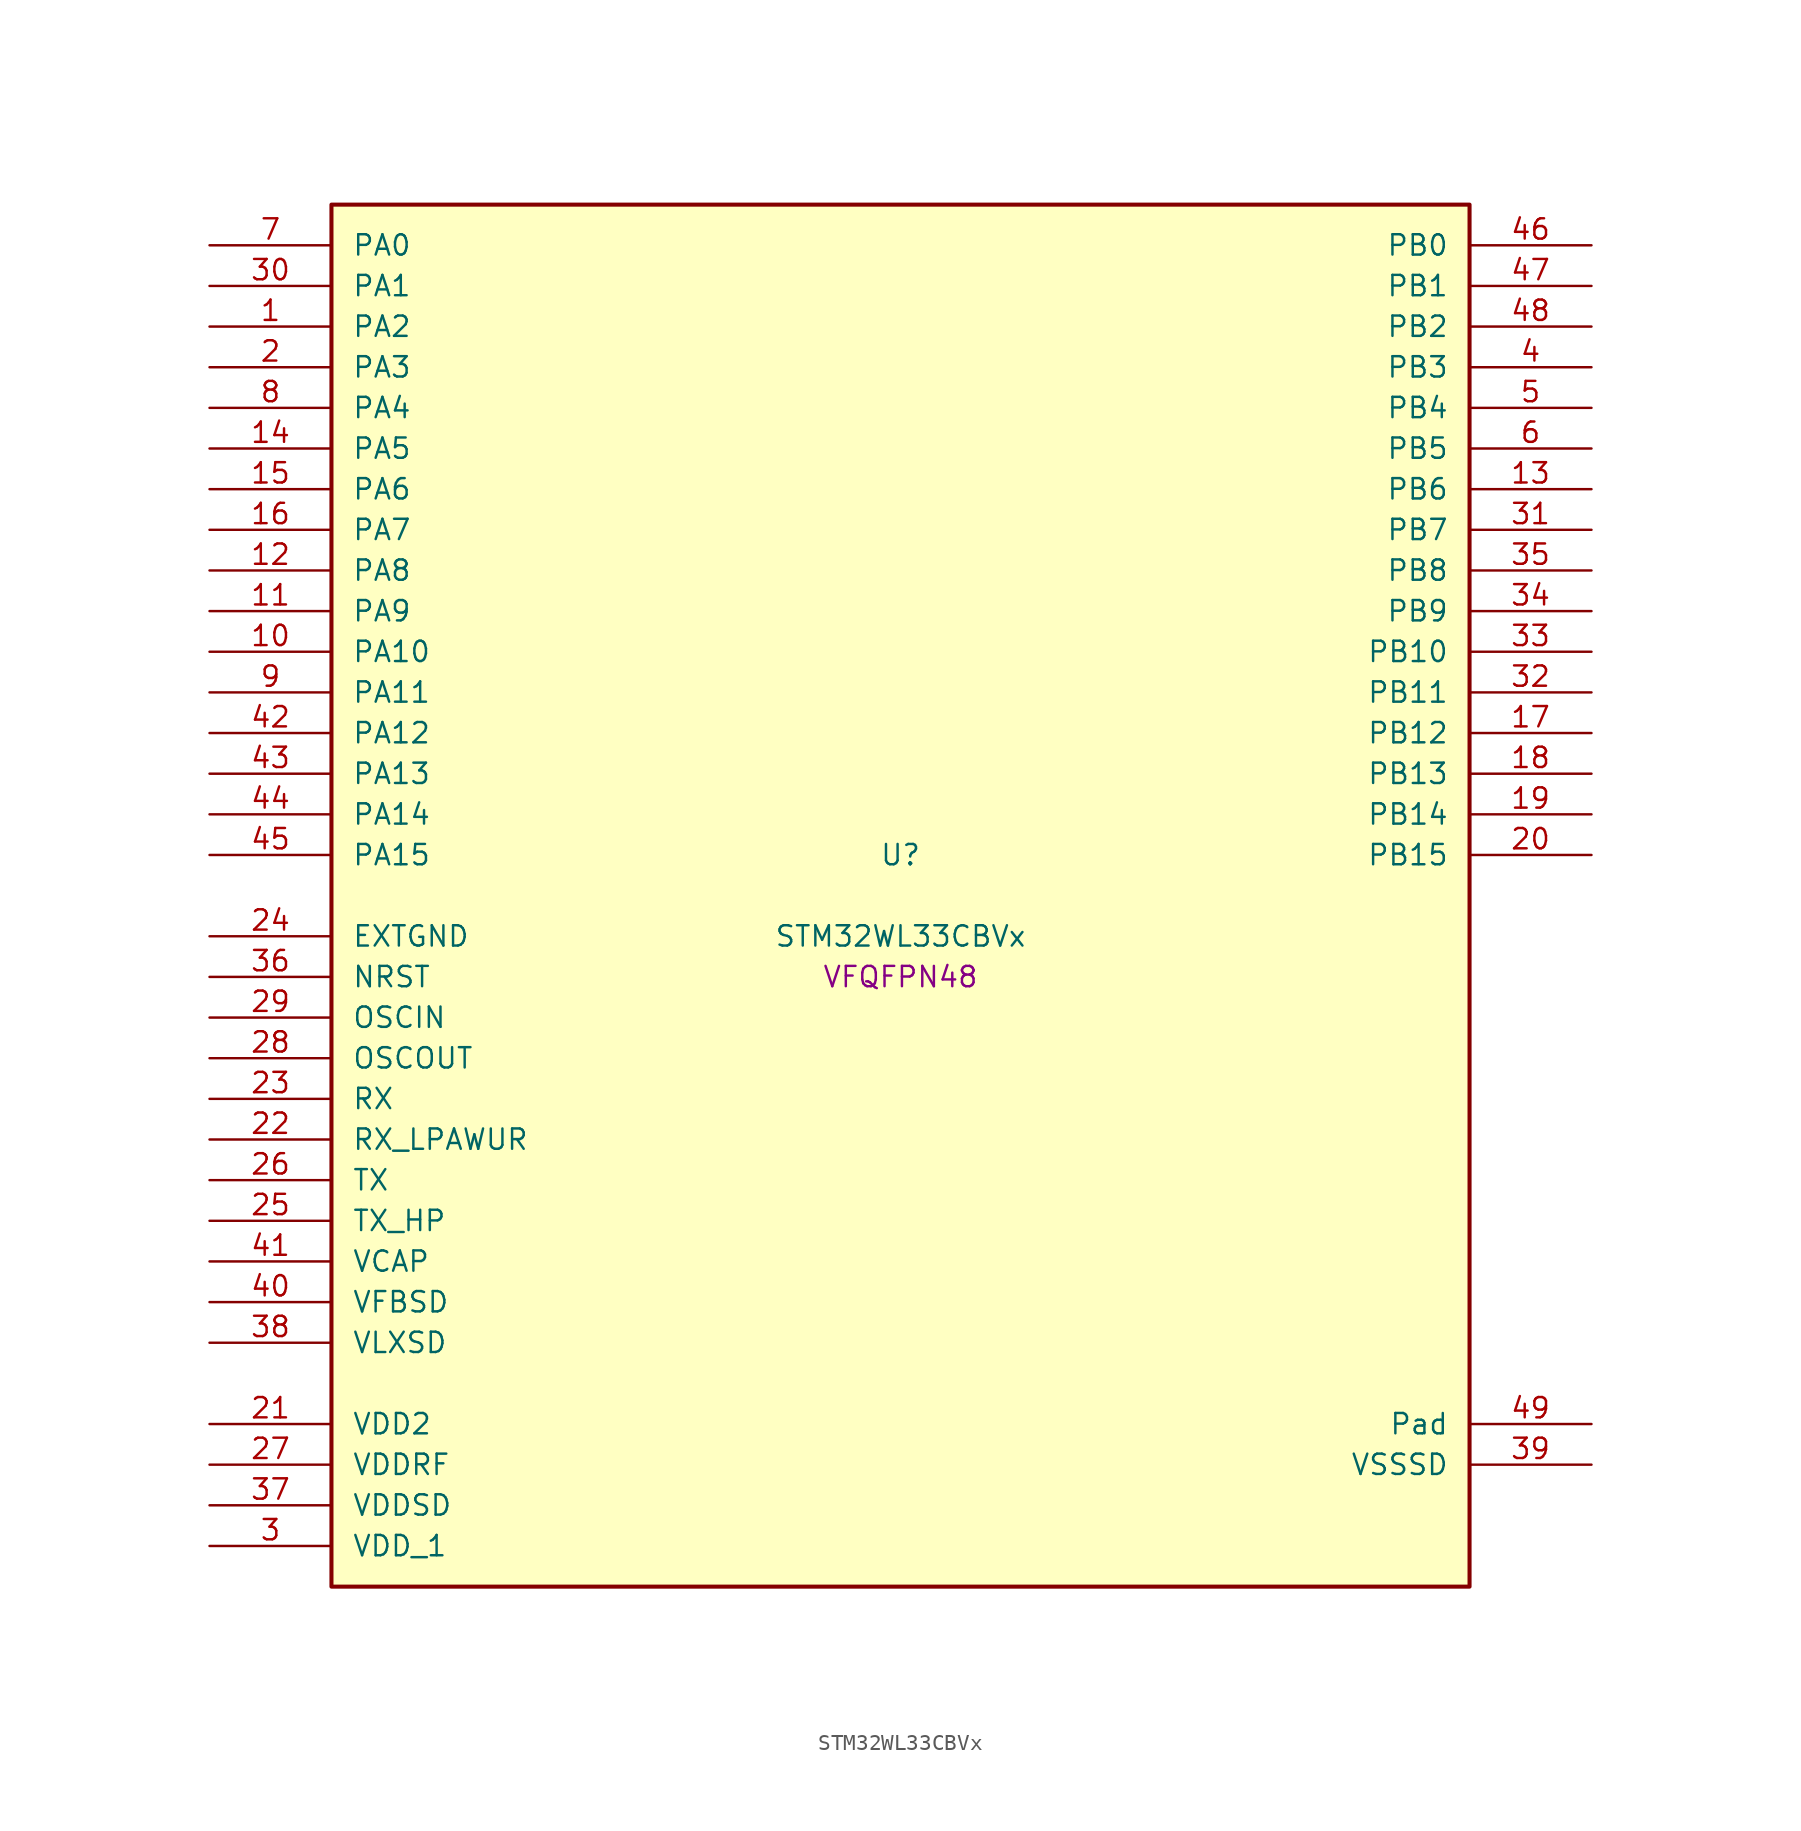
<source format=kicad_sym>
(kicad_symbol_lib
  (version 20241209)
  (generator "stm32_pkl_generator")
  (generator_version "1.0")
  (symbol "STM32WL33CBVx"
    (pin_names
      (offset 1.27))
    (property "Reference" "U"
      (at 0 2.54 0))
    (property "Value" "STM32WL33CBVx"
      (at 0 -2.54 0))
    (property "Footprint" "VFQFPN48"
      (at 0 -5.08 0))
    (symbol "STM32WL33CBVx_1_1"
      (rectangle (start -35.56 43.18) (end 35.56 -43.18) (stroke (width 0.254) (type solid)) (fill (type background)))
      (pin bidirectional line (at -43.18 40.64 0) (length 7.62) (name "PA0") (number "7") (alternate "PA0/I2C1_SCL" bidirectional line) (alternate "PA0/LCD_COM4" bidirectional line) (alternate "PA0/LCD_SEG12" bidirectional line) (alternate "PA0/PWR_WKUP12" bidirectional line) (alternate "PA0/TIM2_CH3" bidirectional line) (alternate "PA0/USART1_CTS" bidirectional line))
      (pin bidirectional line (at -43.18 38.1 0) (length 7.62) (name "PA1") (number "30") (alternate "PA1/I2C1_SDA" bidirectional line) (alternate "PA1/LCD_SEG0" bidirectional line) (alternate "PA1/PWR_WKUP13" bidirectional line) (alternate "PA1/TIM16_BRK" bidirectional line) (alternate "PA1/TIM2_CH4" bidirectional line) (alternate "PA1/USART1_TX" bidirectional line))
      (pin bidirectional line (at -43.18 35.56 0) (length 7.62) (name "PA2") (number "1") (alternate "PA2/ADC1_VINM2" bidirectional line) (alternate "PA2/DEBUG_SWDIO" bidirectional line) (alternate "PA2/I2S3_MCK" bidirectional line) (alternate "PA2/LCD_SEG1" bidirectional line) (alternate "PA2/PWR_WKUP14" bidirectional line) (alternate "PA2/TIM16_CH1" bidirectional line) (alternate "PA2/TIM2_CH1" bidirectional line) (alternate "PA2/USART1_CK" bidirectional line))
      (pin bidirectional line (at -43.18 33.02 0) (length 7.62) (name "PA3") (number "2") (alternate "PA3/ADC1_VINP2" bidirectional line) (alternate "PA3/DEBUG_SWCLK" bidirectional line) (alternate "PA3/I2S3_CK" bidirectional line) (alternate "PA3/LCD_SEG2" bidirectional line) (alternate "PA3/PWR_WKUP15" bidirectional line) (alternate "PA3/SPI3_SCK" bidirectional line) (alternate "PA3/TIM16_CH1N" bidirectional line) (alternate "PA3/TIM2_CH2" bidirectional line) (alternate "PA3/USART1_DE" bidirectional line) (alternate "PA3/USART1_RTS" bidirectional line))
      (pin bidirectional line (at -43.18 30.48 0) (length 7.62) (name "PA4") (number "8") (alternate "PA4/COMP1_OUT" bidirectional line) (alternate "PA4/LPUART1_TX" bidirectional line) (alternate "PA4/RCC_LCO" bidirectional line) (alternate "PA4/TIM2_CH1" bidirectional line))
      (pin bidirectional line (at -43.18 27.94 0) (length 7.62) (name "PA5") (number "14") (alternate "PA5/LCD_SEG9" bidirectional line) (alternate "PA5/LPUART1_RX" bidirectional line) (alternate "PA5/RCC_MCO" bidirectional line) (alternate "PA5/TIM2_CH2" bidirectional line))
      (pin bidirectional line (at -43.18 25.4 0) (length 7.62) (name "PA6") (number "15") (alternate "PA6/I2C2_SCL" bidirectional line) (alternate "PA6/TIM2_CH1" bidirectional line) (alternate "PA6/USART1_CTS" bidirectional line))
      (pin bidirectional line (at -43.18 22.86 0) (length 7.62) (name "PA7") (number "16") (alternate "PA7/I2C2_SDA" bidirectional line) (alternate "PA7/LPUART1_DE" bidirectional line) (alternate "PA7/LPUART1_RTS" bidirectional line) (alternate "PA7/PWR_WKUP7" bidirectional line) (alternate "PA7/TIM2_CH2" bidirectional line))
      (pin bidirectional line (at -43.18 20.32 0) (length 7.62) (name "PA8") (number "12") (alternate "PA8/LCD_COM0" bidirectional line) (alternate "PA8/MRSUBG_RX_SEQUENCE" bidirectional line) (alternate "PA8/PWR_WKUP8" bidirectional line) (alternate "PA8/RTC_OUT" bidirectional line) (alternate "PA8/RTC_TAMP1" bidirectional line) (alternate "PA8/RTC_TS" bidirectional line) (alternate "PA8/SPI3_MISO" bidirectional line) (alternate "PA8/TIM2_CH3" bidirectional line) (alternate "PA8/USART1_RX" bidirectional line))
      (pin bidirectional line (at -43.18 17.78 0) (length 7.62) (name "PA9") (number "11") (alternate "PA9/I2S3_WS" bidirectional line) (alternate "PA9/LCD_SEG3" bidirectional line) (alternate "PA9/PWR_WKUP9" bidirectional line) (alternate "PA9/RTC_OUT" bidirectional line) (alternate "PA9/SPI3_NSS" bidirectional line) (alternate "PA9/TIM2_CH4" bidirectional line) (alternate "PA9/USART1_TX" bidirectional line))
      (pin bidirectional line (at -43.18 15.24 0) (length 7.62) (name "PA10") (number "10") (alternate "PA10/I2S3_MCK" bidirectional line) (alternate "PA10/LCD_SEG4" bidirectional line) (alternate "PA10/LPUART1_CTS" bidirectional line) (alternate "PA10/MRSUBG_TX_DATA" bidirectional line) (alternate "PA10/MRSUBG_TX_SEQUENCE" bidirectional line) (alternate "PA10/PWR_WKUP10" bidirectional line))
      (pin bidirectional line (at -43.18 12.7 0) (length 7.62) (name "PA11") (number "9") (alternate "PA11/I2S3_SD" bidirectional line) (alternate "PA11/LCD_SEG5" bidirectional line) (alternate "PA11/MRSUBG_RX_SEQUENCE" bidirectional line) (alternate "PA11/MRSUBG_TX_CLOCK" bidirectional line) (alternate "PA11/PWR_WKUP11" bidirectional line) (alternate "PA11/RCC_MCO" bidirectional line) (alternate "PA11/SPI3_MOSI" bidirectional line))
      (pin bidirectional line (at -43.18 10.16 0) (length 7.62) (name "PA12") (number "42") (alternate "PA12/DEBUG_SWDIO" bidirectional line) (alternate "PA12/I2C1_SMBA" bidirectional line) (alternate "PA12/SPI1_NSS" bidirectional line) (alternate "PA12/TIM2_CH1" bidirectional line))
      (pin bidirectional line (at -43.18 7.62 0) (length 7.62) (name "PA13") (number "43") (alternate "PA13/COMP1_INM" bidirectional line) (alternate "PA13/DAC1_OUT1" bidirectional line) (alternate "PA13/DEBUG_SWCLK" bidirectional line) (alternate "PA13/I2C2_SCL" bidirectional line) (alternate "PA13/LCD_SEG10" bidirectional line) (alternate "PA13/SPI1_SCK" bidirectional line) (alternate "PA13/TIM2_ETR" bidirectional line))
      (pin bidirectional line (at -43.18 5.08 0) (length 7.62) (name "PA14") (number "44") (alternate "PA14/COMP1_INP" bidirectional line) (alternate "PA14/I2C2_SDA" bidirectional line) (alternate "PA14/LCD_SEG11" bidirectional line) (alternate "PA14/LCSC_LCB" bidirectional line) (alternate "PA14/SPI1_MISO" bidirectional line))
      (pin bidirectional line (at -43.18 2.54 0) (length 7.62) (name "PA15") (number "45") (alternate "PA15/I2C2_SMBA" bidirectional line) (alternate "PA15/SPI1_MOSI" bidirectional line) (alternate "PA15/USART1_RX" bidirectional line))
      (pin bidirectional line (at 43.18 40.64 180) (length 7.62) (name "PB0") (number "46") (alternate "PB0/ADC1_VINM1" bidirectional line) (alternate "PB0/COMP1_INM" bidirectional line) (alternate "PB0/LCD_COM1" bidirectional line) (alternate "PB0/LPUART1_DE" bidirectional line) (alternate "PB0/LPUART1_RTS" bidirectional line) (alternate "PB0/MRSUBG_ANTENNA_SWITCH" bidirectional line) (alternate "PB0/PWR_WKUP0" bidirectional line) (alternate "PB0/SPI1_NSS" bidirectional line) (alternate "PB0/TIM16_CH1" bidirectional line) (alternate "PB0/USART1_RX" bidirectional line))
      (pin bidirectional line (at 43.18 38.1 180) (length 7.62) (name "PB1") (number "47") (alternate "PB1/ADC1_VINP1" bidirectional line) (alternate "PB1/COMP1_INP" bidirectional line) (alternate "PB1/DEBUG_SWDIO" bidirectional line) (alternate "PB1/LCD_SEG6" bidirectional line) (alternate "PB1/LCSC_LCA" bidirectional line) (alternate "PB1/MRSUBG_RX_DATA" bidirectional line) (alternate "PB1/PWR_WKUP1" bidirectional line) (alternate "PB1/SPI1_SCK" bidirectional line) (alternate "PB1/TIM16_CH1N" bidirectional line) (alternate "PB1/USART1_CK" bidirectional line))
      (pin bidirectional line (at 43.18 35.56 180) (length 7.62) (name "PB2") (number "48") (alternate "PB2/ADC1_VINM0" bidirectional line) (alternate "PB2/COMP1_INP" bidirectional line) (alternate "PB2/DEBUG_SWCLK" bidirectional line) (alternate "PB2/LCD_SEG7" bidirectional line) (alternate "PB2/LCSC_LCT" bidirectional line) (alternate "PB2/MRSUBG_RX_CLOCK" bidirectional line) (alternate "PB2/PWR_WKUP2" bidirectional line) (alternate "PB2/SPI1_MISO" bidirectional line) (alternate "PB2/TIM16_BRK" bidirectional line) (alternate "PB2/USART1_DE" bidirectional line) (alternate "PB2/USART1_RTS" bidirectional line))
      (pin bidirectional line (at 43.18 33.02 180) (length 7.62) (name "PB3") (number "4") (alternate "PB3/ADC1_VINP0" bidirectional line) (alternate "PB3/COMP1_INM" bidirectional line) (alternate "PB3/LCD_SEG8" bidirectional line) (alternate "PB3/LPUART1_TX" bidirectional line) (alternate "PB3/PWR_WKUP3" bidirectional line) (alternate "PB3/SPI1_MOSI" bidirectional line) (alternate "PB3/TIM2_CH4" bidirectional line) (alternate "PB3/USART1_CTS" bidirectional line))
      (pin bidirectional line (at 43.18 30.48 180) (length 7.62) (name "PB4") (number "5") (alternate "PB4/ADC1_VINM3" bidirectional line) (alternate "PB4/DAC1_VCMBUFF" bidirectional line) (alternate "PB4/LCD_COM5" bidirectional line) (alternate "PB4/LCD_SEG13" bidirectional line) (alternate "PB4/LPUART1_TX" bidirectional line) (alternate "PB4/PWR_WKUP4" bidirectional line) (alternate "PB4/SPI3_MISO" bidirectional line))
      (pin bidirectional line (at 43.18 27.94 180) (length 7.62) (name "PB5") (number "6") (alternate "PB5/ADC1_VINP3" bidirectional line) (alternate "PB5/I2S3_WS" bidirectional line) (alternate "PB5/LCD_COM6" bidirectional line) (alternate "PB5/LCD_SEG14" bidirectional line) (alternate "PB5/LPUART1_RX" bidirectional line) (alternate "PB5/PWR_WKUP5" bidirectional line) (alternate "PB5/SPI3_NSS" bidirectional line))
      (pin bidirectional line (at 43.18 25.4 180) (length 7.62) (name "PB6") (number "13") (alternate "PB6/COMP1_OUT" bidirectional line) (alternate "PB6/I2C1_SCL" bidirectional line) (alternate "PB6/I2S3_CK" bidirectional line) (alternate "PB6/LCD_COM7" bidirectional line) (alternate "PB6/LCD_SEG15" bidirectional line) (alternate "PB6/LPUART1_TX" bidirectional line) (alternate "PB6/PWR_WKUP6" bidirectional line) (alternate "PB6/SPI3_SCK" bidirectional line) (alternate "PB6/TIM2_CH3" bidirectional line))
      (pin bidirectional line (at 43.18 22.86 180) (length 7.62) (name "PB7") (number "31") (alternate "PB7/I2C1_SDA" bidirectional line) (alternate "PB7/I2S3_SD" bidirectional line) (alternate "PB7/LCD_COM2" bidirectional line) (alternate "PB7/LPUART1_RX" bidirectional line) (alternate "PB7/PWR_WKUP7" bidirectional line) (alternate "PB7/SPI3_MOSI" bidirectional line) (alternate "PB7/TIM2_ETR" bidirectional line))
      (pin bidirectional line (at 43.18 20.32 180) (length 7.62) (name "PB8") (number "35") (alternate "PB8/LPUART1_RX" bidirectional line) (alternate "PB8/SPI1_MISO" bidirectional line) (alternate "PB8/TIM2_CH4" bidirectional line) (alternate "PB8/USART1_CK" bidirectional line))
      (pin bidirectional line (at 43.18 17.78 180) (length 7.62) (name "PB9") (number "34") (alternate "PB9/LPUART1_CTS" bidirectional line) (alternate "PB9/SPI1_MOSI" bidirectional line) (alternate "PB9/USART1_TX" bidirectional line))
      (pin bidirectional line (at 43.18 15.24 180) (length 7.62) (name "PB10") (number "33") (alternate "PB10/I2C1_SDA" bidirectional line) (alternate "PB10/SPI1_NSS" bidirectional line) (alternate "PB10/TIM2_CH2" bidirectional line))
      (pin bidirectional line (at 43.18 12.7 180) (length 7.62) (name "PB11") (number "32") (alternate "PB11/I2C1_SCL" bidirectional line) (alternate "PB11/SPI1_SCK" bidirectional line) (alternate "PB11/TIM2_CH1" bidirectional line) (alternate "PB11/USART1_DE" bidirectional line) (alternate "PB11/USART1_RTS" bidirectional line))
      (pin bidirectional line (at 43.18 10.16 180) (length 7.62) (name "PB12") (number "17") (alternate "PB12/LPUART1_CTS" bidirectional line) (alternate "PB12/RCC_LCO" bidirectional line) (alternate "PB12/RCC_OSC32_OUT" bidirectional line) (alternate "PB12/TIM2_CH3" bidirectional line) (alternate "PB12/USART1_DE" bidirectional line) (alternate "PB12/USART1_RTS" bidirectional line))
      (pin bidirectional line (at 43.18 7.62 180) (length 7.62) (name "PB13") (number "18") (alternate "PB13/I2C2_SMBA" bidirectional line) (alternate "PB13/RCC_OSC32_IN" bidirectional line) (alternate "PB13/TIM2_CH4" bidirectional line))
      (pin bidirectional line (at 43.18 5.08 180) (length 7.62) (name "PB14") (number "19") (alternate "PB14/I2C1_SMBA" bidirectional line) (alternate "PB14/LCD_COM3" bidirectional line) (alternate "PB14/MRSUBG_TX_SEQUENCE" bidirectional line) (alternate "PB14/PWR_PVD_IN" bidirectional line) (alternate "PB14/RCC_MCO" bidirectional line) (alternate "PB14/TIM2_ETR" bidirectional line) (alternate "PB14/USART1_RX" bidirectional line))
      (pin bidirectional line (at 43.18 2.54 180) (length 7.62) (name "PB15") (number "20") (alternate "PB15/COMP1_OUT" bidirectional line) (alternate "PB15/LCD_VLCD" bidirectional line) (alternate "PB15/USART1_TX" bidirectional line))
      (pin power_in line (at -43.18 -2.54 0) (length 7.62) (name "EXTGND") (number "24"))
      (pin input line (at -43.18 -5.08 0) (length 7.62) (name "NRST") (number "36"))
      (pin bidirectional line (at -43.18 -7.62 0) (length 7.62) (name "OSCIN") (number "29") (alternate "OSCIN/RCC_OSC_IN" bidirectional line))
      (pin bidirectional line (at -43.18 -10.16 0) (length 7.62) (name "OSCOUT") (number "28") (alternate "OSCOUT/RCC_OSC_OUT" bidirectional line))
      (pin input line (at -43.18 -12.7 0) (length 7.62) (name "RX") (number "23"))
      (pin input line (at -43.18 -15.24 0) (length 7.62) (name "RX_LPAWUR") (number "22"))
      (pin input line (at -43.18 -17.78 0) (length 7.62) (name "TX") (number "26"))
      (pin input line (at -43.18 -20.32 0) (length 7.62) (name "TX_HP") (number "25"))
      (pin power_in line (at -43.18 -22.86 0) (length 7.62) (name "VCAP") (number "41"))
      (pin power_in line (at -43.18 -25.4 0) (length 7.62) (name "VFBSD") (number "40"))
      (pin power_in line (at -43.18 -27.94 0) (length 7.62) (name "VLXSD") (number "38"))
      (pin power_in line (at -43.18 -33.02 0) (length 7.62) (name "VDD2") (number "21"))
      (pin power_in line (at -43.18 -35.56 0) (length 7.62) (name "VDDRF") (number "27"))
      (pin power_in line (at -43.18 -38.1 0) (length 7.62) (name "VDDSD") (number "37"))
      (pin power_in line (at -43.18 -40.64 0) (length 7.62) (name "VDD_1") (number "3"))
      (pin passive line (at 43.18 -33.02 180) (length 7.62) (name "Pad") (number "49"))
      (pin power_in line (at 43.18 -35.56 180) (length 7.62) (name "VSSSD") (number "39")))))
</source>
